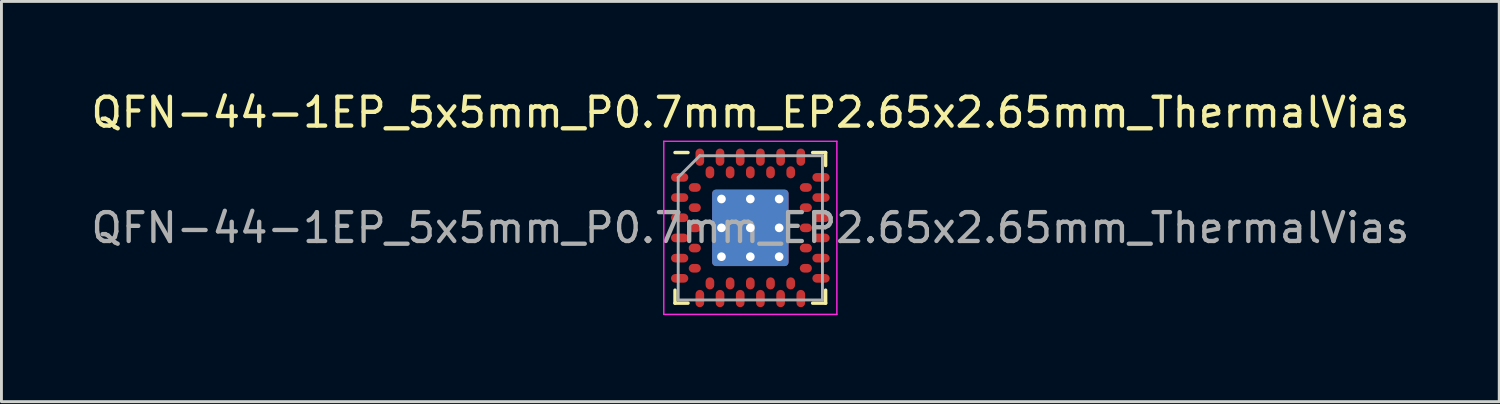
<source format=kicad_pcb>
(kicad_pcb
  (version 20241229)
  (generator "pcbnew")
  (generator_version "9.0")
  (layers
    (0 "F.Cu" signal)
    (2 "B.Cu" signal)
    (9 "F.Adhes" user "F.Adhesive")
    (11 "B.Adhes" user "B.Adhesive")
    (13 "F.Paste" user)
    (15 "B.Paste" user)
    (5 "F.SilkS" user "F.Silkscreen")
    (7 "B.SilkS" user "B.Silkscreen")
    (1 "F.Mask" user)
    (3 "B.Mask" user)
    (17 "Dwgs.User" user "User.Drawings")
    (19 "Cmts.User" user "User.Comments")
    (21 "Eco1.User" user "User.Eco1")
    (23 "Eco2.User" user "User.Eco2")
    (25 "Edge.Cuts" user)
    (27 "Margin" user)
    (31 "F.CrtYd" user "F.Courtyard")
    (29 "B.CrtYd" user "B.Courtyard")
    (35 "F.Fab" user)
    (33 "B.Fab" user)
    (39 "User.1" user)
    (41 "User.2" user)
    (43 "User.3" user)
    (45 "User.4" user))
  (footprint "QFN-44-1EP_5x5mm_P0.7mm_EP2.65x2.65mm_ThermalVias"
    (layer "F.Cu")
    (at 22.958 4.848)
    (property "Reference" "QFN-44-1EP_5x5mm_P0.7mm_EP2.65x2.65mm_ThermalVias" (at 0 -4 0) (layer "F.SilkS") (effects (font (size 1 1) (thickness 0.15))))
    (attr smd)
    (fp_line (start -2.61 2.61) (end -2.61 2.16) (stroke (width 0.12) (type solid)) (layer "F.SilkS"))
    (fp_line (start -2.16 -2.61) (end -2.61 -2.61) (stroke (width 0.12) (type solid)) (layer "F.SilkS"))
    (fp_line (start -2.16 2.61) (end -2.61 2.61) (stroke (width 0.12) (type solid)) (layer "F.SilkS"))
    (fp_line (start 2.16 -2.61) (end 2.61 -2.61) (stroke (width 0.12) (type solid)) (layer "F.SilkS"))
    (fp_line (start 2.61 -2.61) (end 2.61 -2.16) (stroke (width 0.12) (type solid)) (layer "F.SilkS"))
    (fp_line (start 2.61 2.16) (end 2.61 2.61) (stroke (width 0.12) (type solid)) (layer "F.SilkS"))
    (fp_line (start 2.61 2.61) (end 2.16 2.61) (stroke (width 0.12) (type solid)) (layer "F.SilkS"))
    (fp_line (start -3 -3) (end 3 -3) (stroke (width 0.05) (type solid)) (layer "F.CrtYd"))
    (fp_line (start -3 3) (end -3 -3) (stroke (width 0.05) (type solid)) (layer "F.CrtYd"))
    (fp_line (start 3 -3) (end 3 3) (stroke (width 0.05) (type solid)) (layer "F.CrtYd"))
    (fp_line (start 3 3) (end -3 3) (stroke (width 0.05) (type solid)) (layer "F.CrtYd"))
    (fp_line (start -2.5 -1.75) (end -1.75 -2.5) (stroke (width 0.1) (type solid)) (layer "F.Fab"))
    (fp_line (start -2.5 2.5) (end -2.5 -1.75) (stroke (width 0.1) (type solid)) (layer "F.Fab"))
    (fp_line (start -1.75 -2.5) (end 2.5 -2.5) (stroke (width 0.1) (type solid)) (layer "F.Fab"))
    (fp_line (start 2.5 -2.5) (end 2.5 2.5) (stroke (width 0.1) (type solid)) (layer "F.Fab"))
    (fp_line (start 2.5 2.5) (end -2.5 2.5) (stroke (width 0.1) (type solid)) (layer "F.Fab"))
    (fp_text user "${REFERENCE}" (at 0 0 0) (layer "F.Fab") (effects (font (size 1 1) (thickness 0.15))))
    (pad "" smd roundrect (at -0.5 -0.5) (size 0.85 0.85) (layers "F.Paste") (roundrect_rratio 0.25))
    (pad "" smd roundrect (at -0.5 0.5) (size 0.85 0.85) (layers "F.Paste") (roundrect_rratio 0.25))
    (pad "" smd roundrect (at 0.5 -0.5) (size 0.85 0.85) (layers "F.Paste") (roundrect_rratio 0.25))
    (pad "" smd roundrect (at 0.5 0.5) (size 0.85 0.85) (layers "F.Paste") (roundrect_rratio 0.25))
    (pad "A1" smd roundrect (at -2.45 -1.75) (size 0.6 0.3) (layers "F.Cu" "F.Mask" "F.Paste") (roundrect_rratio 0.5))
    (pad "A2" smd roundrect (at -2.45 -1.05) (size 0.6 0.3) (layers "F.Cu" "F.Mask" "F.Paste") (roundrect_rratio 0.5))
    (pad "A3" smd roundrect (at -2.45 -0.35) (size 0.6 0.3) (layers "F.Cu" "F.Mask" "F.Paste") (roundrect_rratio 0.5))
    (pad "A4" smd roundrect (at -2.45 0.35) (size 0.6 0.3) (layers "F.Cu" "F.Mask" "F.Paste") (roundrect_rratio 0.5))
    (pad "A5" smd roundrect (at -2.45 1.05) (size 0.6 0.3) (layers "F.Cu" "F.Mask" "F.Paste") (roundrect_rratio 0.5))
    (pad "A6" smd roundrect (at -2.45 1.75) (size 0.6 0.3) (layers "F.Cu" "F.Mask" "F.Paste") (roundrect_rratio 0.5))
    (pad "A7" smd roundrect (at -1.75 2.45 90) (size 0.6 0.3) (layers "F.Cu" "F.Mask" "F.Paste") (roundrect_rratio 0.5))
    (pad "A8" smd roundrect (at -1.05 2.45 90) (size 0.6 0.3) (layers "F.Cu" "F.Mask" "F.Paste") (roundrect_rratio 0.5))
    (pad "A9" smd roundrect (at -0.35 2.45 90) (size 0.6 0.3) (layers "F.Cu" "F.Mask" "F.Paste") (roundrect_rratio 0.5))
    (pad "A10" smd roundrect (at 0.35 2.45 90) (size 0.6 0.3) (layers "F.Cu" "F.Mask" "F.Paste") (roundrect_rratio 0.5))
    (pad "A11" smd roundrect (at 1.05 2.45 90) (size 0.6 0.3) (layers "F.Cu" "F.Mask" "F.Paste") (roundrect_rratio 0.5))
    (pad "A12" smd roundrect (at 1.75 2.45 90) (size 0.6 0.3) (layers "F.Cu" "F.Mask" "F.Paste") (roundrect_rratio 0.5))
    (pad "A13" smd roundrect (at 2.45 1.75) (size 0.6 0.3) (layers "F.Cu" "F.Mask" "F.Paste") (roundrect_rratio 0.5))
    (pad "A14" smd roundrect (at 2.45 1.05) (size 0.6 0.3) (layers "F.Cu" "F.Mask" "F.Paste") (roundrect_rratio 0.5))
    (pad "A15" smd roundrect (at 2.45 0.35) (size 0.6 0.3) (layers "F.Cu" "F.Mask" "F.Paste") (roundrect_rratio 0.5))
    (pad "A16" smd roundrect (at 2.45 -0.35) (size 0.6 0.3) (layers "F.Cu" "F.Mask" "F.Paste") (roundrect_rratio 0.5))
    (pad "A17" smd roundrect (at 2.45 -1.05) (size 0.6 0.3) (layers "F.Cu" "F.Mask" "F.Paste") (roundrect_rratio 0.5))
    (pad "A18" smd roundrect (at 2.45 -1.75) (size 0.6 0.3) (layers "F.Cu" "F.Mask" "F.Paste") (roundrect_rratio 0.5))
    (pad "A19" smd roundrect (at 1.75 -2.45 90) (size 0.6 0.3) (layers "F.Cu" "F.Mask" "F.Paste") (roundrect_rratio 0.5))
    (pad "A20" smd roundrect (at 1.05 -2.45 90) (size 0.6 0.3) (layers "F.Cu" "F.Mask" "F.Paste") (roundrect_rratio 0.5))
    (pad "A21" smd roundrect (at 0.35 -2.45 90) (size 0.6 0.3) (layers "F.Cu" "F.Mask" "F.Paste") (roundrect_rratio 0.5))
    (pad "A22" smd roundrect (at -0.35 -2.45 90) (size 0.6 0.3) (layers "F.Cu" "F.Mask" "F.Paste") (roundrect_rratio 0.5))
    (pad "A23" smd roundrect (at -1.05 -2.45 90) (size 0.6 0.3) (layers "F.Cu" "F.Mask" "F.Paste") (roundrect_rratio 0.5))
    (pad "A24" smd roundrect (at -1.75 -2.45 90) (size 0.6 0.3) (layers "F.Cu" "F.Mask" "F.Paste") (roundrect_rratio 0.5))
    (pad "B1" smd roundrect (at -1.925 -1.4) (size 0.42 0.3) (layers "F.Cu" "F.Mask" "F.Paste") (roundrect_rratio 0.5))
    (pad "B2" smd roundrect (at -1.925 -0.7) (size 0.42 0.3) (layers "F.Cu" "F.Mask" "F.Paste") (roundrect_rratio 0.5))
    (pad "B3" smd roundrect (at -1.925 0) (size 0.42 0.3) (layers "F.Cu" "F.Mask" "F.Paste") (roundrect_rratio 0.5))
    (pad "B4" smd roundrect (at -1.925 0.7) (size 0.42 0.3) (layers "F.Cu" "F.Mask" "F.Paste") (roundrect_rratio 0.5))
    (pad "B5" smd roundrect (at -1.925 1.4) (size 0.42 0.3) (layers "F.Cu" "F.Mask" "F.Paste") (roundrect_rratio 0.5))
    (pad "B6" smd roundrect (at -1.4 1.925 90) (size 0.42 0.3) (layers "F.Cu" "F.Mask" "F.Paste") (roundrect_rratio 0.5))
    (pad "B7" smd roundrect (at -0.7 1.925 90) (size 0.42 0.3) (layers "F.Cu" "F.Mask" "F.Paste") (roundrect_rratio 0.5))
    (pad "B8" smd roundrect (at 0 1.925 90) (size 0.42 0.3) (layers "F.Cu" "F.Mask" "F.Paste") (roundrect_rratio 0.5))
    (pad "B9" smd roundrect (at 0.7 1.925 90) (size 0.42 0.3) (layers "F.Cu" "F.Mask" "F.Paste") (roundrect_rratio 0.5))
    (pad "B10" smd roundrect (at 1.4 1.925 90) (size 0.42 0.3) (layers "F.Cu" "F.Mask" "F.Paste") (roundrect_rratio 0.5))
    (pad "B11" smd roundrect (at 1.925 1.4) (size 0.42 0.3) (layers "F.Cu" "F.Mask" "F.Paste") (roundrect_rratio 0.5))
    (pad "B12" smd roundrect (at 1.925 0.7) (size 0.42 0.3) (layers "F.Cu" "F.Mask" "F.Paste") (roundrect_rratio 0.5))
    (pad "B13" smd roundrect (at 1.925 0) (size 0.42 0.3) (layers "F.Cu" "F.Mask" "F.Paste") (roundrect_rratio 0.5))
    (pad "B14" smd roundrect (at 1.925 -0.7) (size 0.42 0.3) (layers "F.Cu" "F.Mask" "F.Paste") (roundrect_rratio 0.5))
    (pad "B15" smd roundrect (at 1.925 -1.4) (size 0.42 0.3) (layers "F.Cu" "F.Mask" "F.Paste") (roundrect_rratio 0.5))
    (pad "B16" smd roundrect (at 1.4 -1.925 90) (size 0.42 0.3) (layers "F.Cu" "F.Mask" "F.Paste") (roundrect_rratio 0.5))
    (pad "B17" smd roundrect (at 0.7 -1.925 90) (size 0.42 0.3) (layers "F.Cu" "F.Mask" "F.Paste") (roundrect_rratio 0.5))
    (pad "B18" smd roundrect (at 0 -1.925 90) (size 0.42 0.3) (layers "F.Cu" "F.Mask" "F.Paste") (roundrect_rratio 0.5))
    (pad "B19" smd roundrect (at -0.7 -1.925 90) (size 0.42 0.3) (layers "F.Cu" "F.Mask" "F.Paste") (roundrect_rratio 0.5))
    (pad "B20" smd roundrect (at -1.4 -1.925 90) (size 0.42 0.3) (layers "F.Cu" "F.Mask" "F.Paste") (roundrect_rratio 0.5))
    (pad "EP" thru_hole circle (at -1 -1) (size 0.6 0.6) (drill 0.3) (layers "*.Cu"))
    (pad "EP" thru_hole circle (at -1 0) (size 0.6 0.6) (drill 0.3) (layers "*.Cu"))
    (pad "EP" thru_hole circle (at -1 1) (size 0.6 0.6) (drill 0.3) (layers "*.Cu"))
    (pad "EP" thru_hole circle (at 0 -1) (size 0.6 0.6) (drill 0.3) (layers "*.Cu"))
    (pad "EP" thru_hole circle (at 0 0) (size 0.6 0.6) (drill 0.3) (layers "*.Cu"))
    (pad "EP" smd roundrect (at 0 0) (size 2.65 2.65) (layers "F.Cu" "F.Mask") (roundrect_rratio 0.05))
    (pad "EP" smd roundrect (at 0 0) (size 2.65 2.65) (layers "B.Cu") (roundrect_rratio 0.05))
    (pad "EP" thru_hole circle (at 0 1) (size 0.6 0.6) (drill 0.3) (layers "*.Cu"))
    (pad "EP" thru_hole circle (at 1 -1) (size 0.6 0.6) (drill 0.3) (layers "*.Cu"))
    (pad "EP" thru_hole circle (at 1 0) (size 0.6 0.6) (drill 0.3) (layers "*.Cu"))
    (pad "EP" thru_hole circle (at 1 1) (size 0.6 0.6) (drill 0.3) (layers "*.Cu")))
  (gr_rect
    (start -3 -3)
    (end 48.917 10.873)
    (stroke (width 0.1) (type default))
    (fill no)
    (layer "Edge.Cuts")))
</source>
